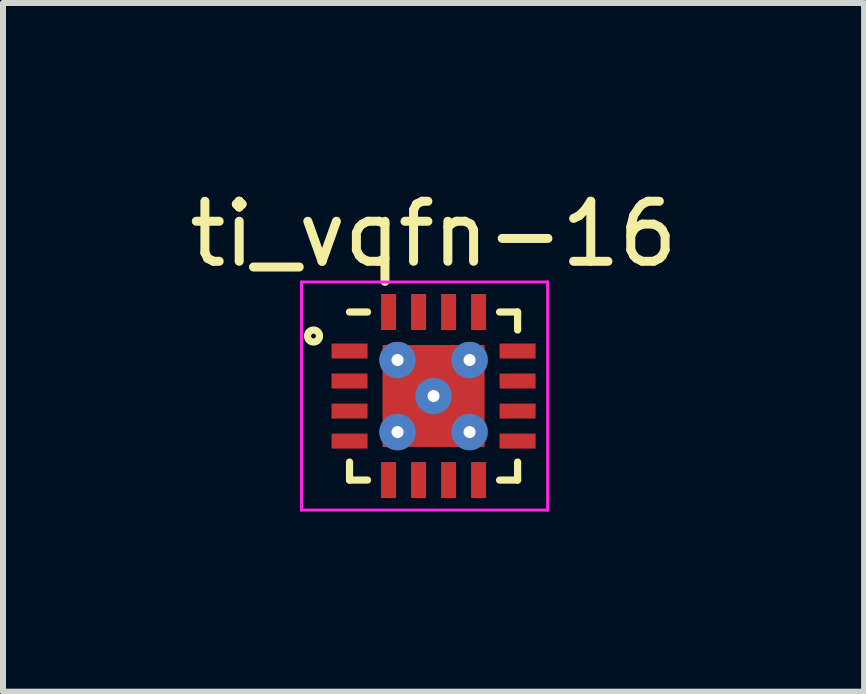
<source format=kicad_pcb>
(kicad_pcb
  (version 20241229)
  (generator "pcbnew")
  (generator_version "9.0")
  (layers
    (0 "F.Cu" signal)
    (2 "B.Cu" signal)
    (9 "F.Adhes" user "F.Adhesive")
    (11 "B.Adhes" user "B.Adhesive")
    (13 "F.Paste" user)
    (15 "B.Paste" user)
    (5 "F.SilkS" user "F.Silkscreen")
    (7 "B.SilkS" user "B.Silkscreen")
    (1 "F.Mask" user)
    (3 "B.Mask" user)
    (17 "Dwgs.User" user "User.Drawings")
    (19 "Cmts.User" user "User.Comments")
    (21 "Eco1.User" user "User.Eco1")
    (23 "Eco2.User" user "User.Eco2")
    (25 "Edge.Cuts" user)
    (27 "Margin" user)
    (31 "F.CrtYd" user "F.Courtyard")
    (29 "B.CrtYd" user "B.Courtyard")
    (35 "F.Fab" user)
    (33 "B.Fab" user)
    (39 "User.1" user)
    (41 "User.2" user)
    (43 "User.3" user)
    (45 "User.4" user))
  (footprint "ti_vqfn-16"
    (layer "F.Cu")
    (at 4.173 3.548)
    (property "Reference" "ti_vqfn-16" (at 0 -2.7 0) (layer "F.SilkS") (effects (font (size 1 1) (thickness 0.15))))
    (attr through_hole)
    (fp_line (start -1.4 1.1) (end -1.4 1.4) (stroke (width 0.12) (type solid)) (layer "F.SilkS"))
    (fp_line (start -1.4 1.4) (end -1.1 1.4) (stroke (width 0.12) (type solid)) (layer "F.SilkS"))
    (fp_line (start -1.1 -1.4) (end -1.4 -1.4) (stroke (width 0.12) (type solid)) (layer "F.SilkS"))
    (fp_line (start 1.1 1.4) (end 1.4 1.4) (stroke (width 0.12) (type solid)) (layer "F.SilkS"))
    (fp_line (start 1.4 -1.4) (end 1.1 -1.4) (stroke (width 0.12) (type solid)) (layer "F.SilkS"))
    (fp_line (start 1.4 -1.1) (end 1.4 -1.4) (stroke (width 0.12) (type solid)) (layer "F.SilkS"))
    (fp_line (start 1.4 1.4) (end 1.4 1.1) (stroke (width 0.12) (type solid)) (layer "F.SilkS"))
    (fp_circle (center -2 -1) (end -1.9 -1) (stroke (width 0.12) (type solid)) (fill no) (layer "F.SilkS"))
    (fp_line (start -2.2 -1.9) (end -2.2 1.9) (stroke (width 0.05) (type solid)) (layer "F.CrtYd"))
    (fp_line (start -2.2 1.9) (end 1.9 1.9) (stroke (width 0.05) (type solid)) (layer "F.CrtYd"))
    (fp_line (start 1.9 -1.9) (end -2.2 -1.9) (stroke (width 0.05) (type solid)) (layer "F.CrtYd"))
    (fp_line (start 1.9 1.9) (end 1.9 -1.9) (stroke (width 0.05) (type solid)) (layer "F.CrtYd"))
    (pad "" thru_hole circle (at -0.6 -0.6) (size 0.606 0.606) (drill 0.2) (layers "*.Cu" "*.Mask"))
    (pad "" thru_hole circle (at -0.6 0.6) (size 0.606 0.606) (drill 0.2) (layers "*.Cu" "*.Mask"))
    (pad "" thru_hole circle (at 0 0) (size 0.606 0.606) (drill 0.2) (layers "*.Cu" "*.Mask"))
    (pad "" thru_hole circle (at 0.6 -0.6) (size 0.606 0.606) (drill 0.2) (layers "*.Cu" "*.Mask"))
    (pad "" thru_hole circle (at 0.6 0.6) (size 0.606 0.606) (drill 0.2) (layers "*.Cu" "*.Mask"))
    (pad "1" smd rect (at -1.4 -0.75 90) (size 0.25 0.6) (layers "F.Cu" "F.Mask" "F.Paste"))
    (pad "2" smd rect (at -1.4 -0.25 90) (size 0.25 0.6) (layers "F.Cu" "F.Mask" "F.Paste"))
    (pad "3" smd rect (at -1.4 0.25 90) (size 0.25 0.6) (layers "F.Cu" "F.Mask" "F.Paste"))
    (pad "4" smd rect (at -1.4 0.75 90) (size 0.25 0.6) (layers "F.Cu" "F.Mask" "F.Paste"))
    (pad "5" smd rect (at -0.75 1.4) (size 0.25 0.6) (layers "F.Cu" "F.Mask" "F.Paste"))
    (pad "6" smd rect (at -0.25 1.4) (size 0.25 0.6) (layers "F.Cu" "F.Mask" "F.Paste"))
    (pad "7" smd rect (at 0.25 1.4) (size 0.25 0.6) (layers "F.Cu" "F.Mask" "F.Paste"))
    (pad "8" smd rect (at 0.75 1.4) (size 0.25 0.6) (layers "F.Cu" "F.Mask" "F.Paste"))
    (pad "9" smd rect (at 1.4 0.75 90) (size 0.25 0.6) (layers "F.Cu" "F.Mask" "F.Paste"))
    (pad "10" smd rect (at 1.4 0.25 90) (size 0.25 0.6) (layers "F.Cu" "F.Mask" "F.Paste"))
    (pad "11" smd rect (at 1.4 -0.25 90) (size 0.25 0.6) (layers "F.Cu" "F.Mask" "F.Paste"))
    (pad "12" smd rect (at 1.4 -0.75 90) (size 0.25 0.6) (layers "F.Cu" "F.Mask" "F.Paste"))
    (pad "13" smd rect (at 0.75 -1.4) (size 0.25 0.6) (layers "F.Cu" "F.Mask" "F.Paste"))
    (pad "14" smd rect (at 0.25 -1.4) (size 0.25 0.6) (layers "F.Cu" "F.Mask" "F.Paste"))
    (pad "15" smd rect (at -0.25 -1.4) (size 0.25 0.6) (layers "F.Cu" "F.Mask" "F.Paste"))
    (pad "16" smd rect (at -0.75 -1.4) (size 0.25 0.6) (layers "F.Cu" "F.Mask" "F.Paste"))
    (pad "17" smd rect (at 0 0) (size 1.7 1.7) (layers "F.Cu" "F.Mask" "F.Paste")))
  (gr_rect
    (start -3 -3)
    (end 11.345 8.473)
    (stroke (width 0.1) (type default))
    (fill no)
    (layer "Edge.Cuts")))
</source>
